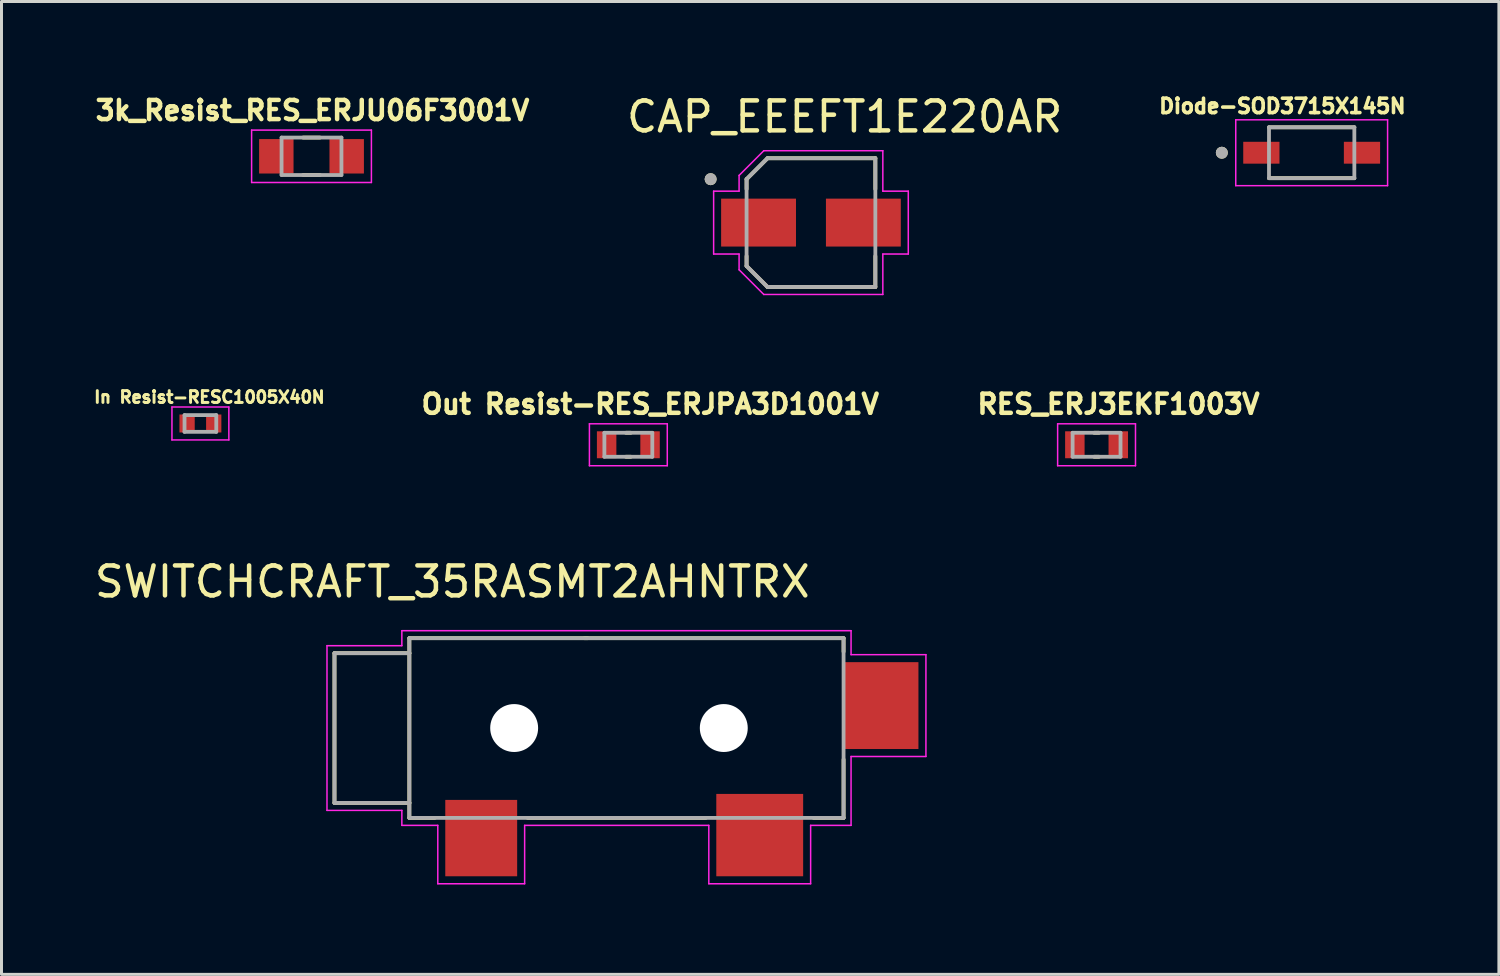
<source format=kicad_pcb>
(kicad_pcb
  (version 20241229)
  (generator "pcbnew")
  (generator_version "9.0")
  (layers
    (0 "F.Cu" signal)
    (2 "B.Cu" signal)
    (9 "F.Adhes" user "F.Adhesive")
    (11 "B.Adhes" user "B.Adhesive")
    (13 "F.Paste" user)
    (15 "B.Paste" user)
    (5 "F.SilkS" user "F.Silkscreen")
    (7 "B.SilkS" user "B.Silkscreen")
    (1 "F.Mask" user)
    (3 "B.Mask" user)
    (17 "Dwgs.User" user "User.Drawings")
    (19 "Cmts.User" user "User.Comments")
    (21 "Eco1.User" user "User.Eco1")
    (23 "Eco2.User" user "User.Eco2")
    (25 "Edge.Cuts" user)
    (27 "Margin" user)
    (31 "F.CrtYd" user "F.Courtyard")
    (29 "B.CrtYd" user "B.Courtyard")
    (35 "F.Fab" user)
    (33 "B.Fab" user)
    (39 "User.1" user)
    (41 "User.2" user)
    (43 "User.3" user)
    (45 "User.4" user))
  (footprint "SWITCHCRAFT_35RASMT2AHNTRX"
    (layer "F.Cu")
    (at 10.619 21.261)
    (property "Reference" "SWITCHCRAFT_35RASMT2AHNTRX" (at 1.435 -4.885 0) (layer "F.SilkS") (effects (font (size 1 1) (thickness 0.15))))
    (attr through_hole)
    (fp_circle (center 3.5 0) (end 4.027 0) (stroke (width 1.054) (type solid)) (fill no) (layer "F.Mask"))
    (fp_circle (center 10.5 0) (end 11.027 0) (stroke (width 1.054) (type solid)) (fill no) (layer "F.Mask"))
    (fp_circle (center 3.5 0) (end 4.027 0) (stroke (width 1.054) (type solid)) (fill no) (layer "B.Mask"))
    (fp_circle (center 10.5 0) (end 11.027 0) (stroke (width 1.054) (type solid)) (fill no) (layer "B.Mask"))
    (fp_line (start -2.5 -2.5) (end -2.5 2.5) (stroke (width 0.127) (type solid)) (layer "F.SilkS"))
    (fp_line (start -2.5 2.5) (end 0 2.5) (stroke (width 0.127) (type solid)) (layer "F.SilkS"))
    (fp_line (start 0 -3) (end 5.95 -3) (stroke (width 0.127) (type solid)) (layer "F.SilkS"))
    (fp_line (start 0 -2.5) (end -2.5 -2.5) (stroke (width 0.127) (type solid)) (layer "F.SilkS"))
    (fp_line (start 0 -2.5) (end 0 -3) (stroke (width 0.127) (type solid)) (layer "F.SilkS"))
    (fp_line (start 0 2.5) (end 0 -2.5) (stroke (width 0.127) (type solid)) (layer "F.SilkS"))
    (fp_line (start 0 3) (end 0 2.5) (stroke (width 0.127) (type solid)) (layer "F.SilkS"))
    (fp_line (start 0.85 3) (end 0 3) (stroke (width 0.127) (type solid)) (layer "F.SilkS"))
    (fp_line (start 5.85 -3) (end 14.5 -3) (stroke (width 0.127) (type solid)) (layer "F.SilkS"))
    (fp_line (start 9.9 3) (end 3.95 3) (stroke (width 0.127) (type solid)) (layer "F.SilkS"))
    (fp_line (start 14.5 -3) (end 14.5 -2.55) (stroke (width 0.127) (type solid)) (layer "F.SilkS"))
    (fp_line (start 14.5 1.05) (end 14.5 3) (stroke (width 0.127) (type solid)) (layer "F.SilkS"))
    (fp_line (start 14.5 3) (end 13.5 3) (stroke (width 0.127) (type solid)) (layer "F.SilkS"))
    (fp_line (start -2.75 -2.75) (end -0.25 -2.75) (stroke (width 0.05) (type solid)) (layer "F.CrtYd"))
    (fp_line (start -2.75 2.75) (end -2.75 -2.75) (stroke (width 0.05) (type solid)) (layer "F.CrtYd"))
    (fp_line (start -0.25 -3.25) (end 14.75 -3.25) (stroke (width 0.05) (type solid)) (layer "F.CrtYd"))
    (fp_line (start -0.25 -2.75) (end -0.25 -3.25) (stroke (width 0.05) (type solid)) (layer "F.CrtYd"))
    (fp_line (start -0.25 2.75) (end -2.75 2.75) (stroke (width 0.05) (type solid)) (layer "F.CrtYd"))
    (fp_line (start -0.25 3.25) (end -0.25 2.75) (stroke (width 0.05) (type solid)) (layer "F.CrtYd"))
    (fp_line (start 0.95 3.25) (end -0.25 3.25) (stroke (width 0.05) (type solid)) (layer "F.CrtYd"))
    (fp_line (start 0.95 5.2) (end 0.95 3.25) (stroke (width 0.05) (type solid)) (layer "F.CrtYd"))
    (fp_line (start 3.85 3.25) (end 3.85 5.2) (stroke (width 0.05) (type solid)) (layer "F.CrtYd"))
    (fp_line (start 3.85 5.2) (end 0.95 5.2) (stroke (width 0.05) (type solid)) (layer "F.CrtYd"))
    (fp_line (start 10 3.25) (end 3.85 3.25) (stroke (width 0.05) (type solid)) (layer "F.CrtYd"))
    (fp_line (start 10 5.2) (end 10 3.25) (stroke (width 0.05) (type solid)) (layer "F.CrtYd"))
    (fp_line (start 13.4 3.25) (end 13.4 5.2) (stroke (width 0.05) (type solid)) (layer "F.CrtYd"))
    (fp_line (start 13.4 5.2) (end 10 5.2) (stroke (width 0.05) (type solid)) (layer "F.CrtYd"))
    (fp_line (start 14.75 -3.25) (end 14.75 -2.45) (stroke (width 0.05) (type solid)) (layer "F.CrtYd"))
    (fp_line (start 14.75 -2.45) (end 17.25 -2.45) (stroke (width 0.05) (type solid)) (layer "F.CrtYd"))
    (fp_line (start 14.75 0.95) (end 14.75 3.25) (stroke (width 0.05) (type solid)) (layer "F.CrtYd"))
    (fp_line (start 14.75 3.25) (end 13.4 3.25) (stroke (width 0.05) (type solid)) (layer "F.CrtYd"))
    (fp_line (start 17.25 -2.45) (end 17.25 0.95) (stroke (width 0.05) (type solid)) (layer "F.CrtYd"))
    (fp_line (start 17.25 0.95) (end 14.75 0.95) (stroke (width 0.05) (type solid)) (layer "F.CrtYd"))
    (fp_line (start -2.5 -2.5) (end -2.5 2.5) (stroke (width 0.127) (type solid)) (layer "F.Fab"))
    (fp_line (start -2.5 2.5) (end 0 2.5) (stroke (width 0.127) (type solid)) (layer "F.Fab"))
    (fp_line (start 0 -3) (end 14.5 -3) (stroke (width 0.127) (type solid)) (layer "F.Fab"))
    (fp_line (start 0 -2.5) (end -2.5 -2.5) (stroke (width 0.127) (type solid)) (layer "F.Fab"))
    (fp_line (start 0 -2.5) (end 0 -3) (stroke (width 0.127) (type solid)) (layer "F.Fab"))
    (fp_line (start 0 2.5) (end 0 -2.5) (stroke (width 0.127) (type solid)) (layer "F.Fab"))
    (fp_line (start 0 3) (end 0 2.5) (stroke (width 0.127) (type solid)) (layer "F.Fab"))
    (fp_line (start 14.5 -3) (end 14.5 3) (stroke (width 0.127) (type solid)) (layer "F.Fab"))
    (fp_line (start 14.5 3) (end 0 3) (stroke (width 0.127) (type solid)) (layer "F.Fab"))
    (pad "" np_thru_hole circle (at 3.5 0) (size 1.6 1.6) (drill 1.6) (layers "*.Cu" "*.Mask"))
    (pad "" np_thru_hole circle (at 10.5 0) (size 1.6 1.6) (drill 1.6) (layers "*.Cu" "*.Mask"))
    (pad "3" smd rect (at 15.75 -0.75) (size 2.5 2.9) (layers "F.Cu" "F.Mask" "F.Paste"))
    (pad "4" smd rect (at 11.7 3.575) (size 2.9 2.75) (layers "F.Cu" "F.Mask" "F.Paste"))
    (pad "5" smd rect (at 2.4 3.675) (size 2.4 2.55) (layers "F.Cu" "F.Mask" "F.Paste")))
  (footprint "Out Resist-RES_ERJPA3D1001V"
    (layer "F.Cu")
    (at 17.932 11.802)
    (property "Reference" "Out Resist-RES_ERJPA3D1001V" (at 0.732 -1.356 0) (layer "F.SilkS") (effects (font (size 0.64 0.64) (thickness 0.15))))
    (attr through_hole)
    (fp_line (start -0.08 -0.4) (end 0.08 -0.4) (stroke (width 0.127) (type solid)) (layer "F.SilkS"))
    (fp_line (start -0.08 0.4) (end 0.08 0.4) (stroke (width 0.127) (type solid)) (layer "F.SilkS"))
    (fp_line (start -1.3 -0.7) (end -1.3 0.7) (stroke (width 0.05) (type solid)) (layer "F.CrtYd"))
    (fp_line (start -1.3 0.7) (end 1.3 0.7) (stroke (width 0.05) (type solid)) (layer "F.CrtYd"))
    (fp_line (start 1.3 -0.7) (end -1.3 -0.7) (stroke (width 0.05) (type solid)) (layer "F.CrtYd"))
    (fp_line (start 1.3 0.7) (end 1.3 -0.7) (stroke (width 0.05) (type solid)) (layer "F.CrtYd"))
    (fp_line (start -0.8 -0.4) (end -0.8 0.4) (stroke (width 0.127) (type solid)) (layer "F.Fab"))
    (fp_line (start -0.8 -0.4) (end 0.8 -0.4) (stroke (width 0.127) (type solid)) (layer "F.Fab"))
    (fp_line (start -0.8 0.4) (end 0.8 0.4) (stroke (width 0.127) (type solid)) (layer "F.Fab"))
    (fp_line (start 0.8 -0.4) (end 0.8 0.4) (stroke (width 0.127) (type solid)) (layer "F.Fab"))
    (pad "1" smd rect (at -0.725 0) (size 0.65 0.9) (layers "F.Cu" "F.Mask" "F.Paste"))
    (pad "2" smd rect (at 0.725 0) (size 0.65 0.9) (layers "F.Cu" "F.Mask" "F.Paste")))
  (footprint "3k_Resist_RES_ERJU06F3001V"
    (layer "F.Cu")
    (at 7.352 2.169)
    (property "Reference" "3k_Resist_RES_ERJU06F3001V" (at 0.032 -1.531 0) (layer "F.SilkS") (effects (font (size 0.64 0.64) (thickness 0.15))))
    (attr through_hole)
    (fp_line (start -0.28 -0.625) (end 0.28 -0.625) (stroke (width 0.127) (type solid)) (layer "F.SilkS"))
    (fp_line (start -0.28 0.625) (end 0.28 0.625) (stroke (width 0.127) (type solid)) (layer "F.SilkS"))
    (fp_line (start -2 -0.875) (end -2 0.875) (stroke (width 0.05) (type solid)) (layer "F.CrtYd"))
    (fp_line (start -2 0.875) (end 2 0.875) (stroke (width 0.05) (type solid)) (layer "F.CrtYd"))
    (fp_line (start 2 -0.875) (end -2 -0.875) (stroke (width 0.05) (type solid)) (layer "F.CrtYd"))
    (fp_line (start 2 0.875) (end 2 -0.875) (stroke (width 0.05) (type solid)) (layer "F.CrtYd"))
    (fp_line (start -1 -0.625) (end -1 0.625) (stroke (width 0.127) (type solid)) (layer "F.Fab"))
    (fp_line (start -1 -0.625) (end 1 -0.625) (stroke (width 0.127) (type solid)) (layer "F.Fab"))
    (fp_line (start -1 0.625) (end 1 0.625) (stroke (width 0.127) (type solid)) (layer "F.Fab"))
    (fp_line (start 1 -0.625) (end 1 0.625) (stroke (width 0.127) (type solid)) (layer "F.Fab"))
    (pad "1" smd rect (at -1.175 0) (size 1.15 1.15) (layers "F.Cu" "F.Mask" "F.Paste"))
    (pad "2" smd rect (at 1.175 0) (size 1.15 1.15) (layers "F.Cu" "F.Mask" "F.Paste")))
  (footprint "In Resist-RESC1005X40N"
    (layer "F.Cu")
    (at 3.642 11.091)
    (property "Reference" "In Resist-RESC1005X40N" (at 0.3 -0.88 0) (layer "F.SilkS") (effects (font (size 0.394 0.394) (thickness 0.15))))
    (attr through_hole)
    (fp_line (start -0.95 -0.55) (end 0.95 -0.55) (stroke (width 0.05) (type solid)) (layer "F.CrtYd"))
    (fp_line (start -0.95 0.55) (end -0.95 -0.55) (stroke (width 0.05) (type solid)) (layer "F.CrtYd"))
    (fp_line (start -0.95 0.55) (end 0.95 0.55) (stroke (width 0.05) (type solid)) (layer "F.CrtYd"))
    (fp_line (start 0.95 0.55) (end 0.95 -0.55) (stroke (width 0.05) (type solid)) (layer "F.CrtYd"))
    (fp_line (start -0.53 0.28) (end -0.53 -0.28) (stroke (width 0.127) (type solid)) (layer "F.Fab"))
    (fp_line (start 0.53 -0.28) (end -0.53 -0.28) (stroke (width 0.127) (type solid)) (layer "F.Fab"))
    (fp_line (start 0.53 0.28) (end -0.53 0.28) (stroke (width 0.127) (type solid)) (layer "F.Fab"))
    (fp_line (start 0.53 0.28) (end 0.53 -0.28) (stroke (width 0.127) (type solid)) (layer "F.Fab"))
    (pad "1" smd rect (at -0.445 0) (size 0.51 0.6) (layers "F.Cu" "F.Mask" "F.Paste"))
    (pad "2" smd rect (at 0.445 0) (size 0.51 0.6) (layers "F.Cu" "F.Mask" "F.Paste")))
  (footprint "Diode-SOD3715X145N"
    (layer "F.Cu")
    (at 40.75 2.05)
    (property "Reference" "Diode-SOD3715X145N" (at -0.978 -1.557 0) (layer "F.SilkS") (effects (font (size 0.481 0.481) (thickness 0.15))))
    (attr through_hole)
    (fp_line (start -1.425 -0.85) (end 1.425 -0.85) (stroke (width 0.127) (type solid)) (layer "F.SilkS"))
    (fp_line (start 1.425 0.85) (end -1.425 0.85) (stroke (width 0.127) (type solid)) (layer "F.SilkS"))
    (fp_circle (center -3 0) (end -2.9 0) (stroke (width 0.2) (type solid)) (fill no) (layer "F.SilkS"))
    (fp_line (start -2.535 -1.1) (end 2.535 -1.1) (stroke (width 0.05) (type solid)) (layer "F.CrtYd"))
    (fp_line (start -2.535 1.1) (end -2.535 -1.1) (stroke (width 0.05) (type solid)) (layer "F.CrtYd"))
    (fp_line (start 2.535 -1.1) (end 2.535 1.1) (stroke (width 0.05) (type solid)) (layer "F.CrtYd"))
    (fp_line (start 2.535 1.1) (end -2.535 1.1) (stroke (width 0.05) (type solid)) (layer "F.CrtYd"))
    (fp_line (start -1.425 -0.85) (end 1.425 -0.85) (stroke (width 0.127) (type solid)) (layer "F.Fab"))
    (fp_line (start -1.425 0.85) (end -1.425 -0.85) (stroke (width 0.127) (type solid)) (layer "F.Fab"))
    (fp_line (start 1.425 -0.85) (end 1.425 0.85) (stroke (width 0.127) (type solid)) (layer "F.Fab"))
    (fp_line (start 1.425 0.85) (end -1.425 0.85) (stroke (width 0.127) (type solid)) (layer "F.Fab"))
    (fp_circle (center -3 0) (end -2.9 0) (stroke (width 0.2) (type solid)) (fill no) (layer "F.Fab"))
    (pad "A" smd rect (at 1.68 0) (size 1.21 0.73) (layers "F.Cu" "F.Mask" "F.Paste"))
    (pad "C" smd rect (at -1.68 0) (size 1.21 0.73) (layers "F.Cu" "F.Mask" "F.Paste")))
  (footprint "RES_ERJ3EKF1003V"
    (layer "F.Cu")
    (at 33.567 11.802)
    (property "Reference" "RES_ERJ3EKF1003V" (at 0.732 -1.356 0) (layer "F.SilkS") (effects (font (size 0.64 0.64) (thickness 0.15))))
    (attr through_hole)
    (fp_line (start -0.08 -0.4) (end 0.08 -0.4) (stroke (width 0.127) (type solid)) (layer "F.SilkS"))
    (fp_line (start -0.08 0.4) (end 0.08 0.4) (stroke (width 0.127) (type solid)) (layer "F.SilkS"))
    (fp_line (start -1.3 -0.7) (end -1.3 0.7) (stroke (width 0.05) (type solid)) (layer "F.CrtYd"))
    (fp_line (start -1.3 0.7) (end 1.3 0.7) (stroke (width 0.05) (type solid)) (layer "F.CrtYd"))
    (fp_line (start 1.3 -0.7) (end -1.3 -0.7) (stroke (width 0.05) (type solid)) (layer "F.CrtYd"))
    (fp_line (start 1.3 0.7) (end 1.3 -0.7) (stroke (width 0.05) (type solid)) (layer "F.CrtYd"))
    (fp_line (start -0.8 -0.4) (end -0.8 0.4) (stroke (width 0.127) (type solid)) (layer "F.Fab"))
    (fp_line (start -0.8 -0.4) (end 0.8 -0.4) (stroke (width 0.127) (type solid)) (layer "F.Fab"))
    (fp_line (start -0.8 0.4) (end 0.8 0.4) (stroke (width 0.127) (type solid)) (layer "F.Fab"))
    (fp_line (start 0.8 -0.4) (end 0.8 0.4) (stroke (width 0.127) (type solid)) (layer "F.Fab"))
    (pad "1" smd rect (at -0.725 0) (size 0.65 0.9) (layers "F.Cu" "F.Mask" "F.Paste"))
    (pad "2" smd rect (at 0.725 0) (size 0.65 0.9) (layers "F.Cu" "F.Mask" "F.Paste")))
  (footprint "CAP_EEEFT1E220AR"
    (layer "F.Cu")
    (at 24.03 4.383)
    (property "Reference" "CAP_EEEFT1E220AR" (at 1.125 -3.535 0) (layer "F.SilkS") (effects (font (size 1 1) (thickness 0.15))))
    (attr through_hole)
    (fp_line (start -2.15 -1.45) (end -2.15 -1.12) (stroke (width 0.127) (type solid)) (layer "F.SilkS"))
    (fp_line (start -2.15 1.12) (end -2.15 1.45) (stroke (width 0.127) (type solid)) (layer "F.SilkS"))
    (fp_line (start -2.15 1.45) (end -1.45 2.15) (stroke (width 0.127) (type solid)) (layer "F.SilkS"))
    (fp_line (start -1.45 -2.15) (end -2.15 -1.45) (stroke (width 0.127) (type solid)) (layer "F.SilkS"))
    (fp_line (start -1.45 2.15) (end 2.15 2.15) (stroke (width 0.127) (type solid)) (layer "F.SilkS"))
    (fp_line (start 2.15 -2.15) (end -1.45 -2.15) (stroke (width 0.127) (type solid)) (layer "F.SilkS"))
    (fp_line (start 2.15 -1.12) (end 2.15 -2.15) (stroke (width 0.127) (type solid)) (layer "F.SilkS"))
    (fp_line (start 2.15 2.15) (end 2.15 1.12) (stroke (width 0.127) (type solid)) (layer "F.SilkS"))
    (fp_circle (center -3.35 -1.45) (end -3.25 -1.45) (stroke (width 0.2) (type solid)) (fill no) (layer "F.SilkS"))
    (fp_line (start -3.25 -1.05) (end -2.4 -1.05) (stroke (width 0.05) (type solid)) (layer "F.CrtYd"))
    (fp_line (start -3.25 1.05) (end -3.25 -1.05) (stroke (width 0.05) (type solid)) (layer "F.CrtYd"))
    (fp_line (start -2.4 -1.575) (end -1.575 -2.4) (stroke (width 0.05) (type solid)) (layer "F.CrtYd"))
    (fp_line (start -2.4 -1.05) (end -2.4 -1.575) (stroke (width 0.05) (type solid)) (layer "F.CrtYd"))
    (fp_line (start -2.4 1.05) (end -3.25 1.05) (stroke (width 0.05) (type solid)) (layer "F.CrtYd"))
    (fp_line (start -2.4 1.575) (end -2.4 1.05) (stroke (width 0.05) (type solid)) (layer "F.CrtYd"))
    (fp_line (start -1.575 -2.4) (end 2.4 -2.4) (stroke (width 0.05) (type solid)) (layer "F.CrtYd"))
    (fp_line (start -1.575 2.4) (end -2.4 1.575) (stroke (width 0.05) (type solid)) (layer "F.CrtYd"))
    (fp_line (start 2.4 -2.4) (end 2.4 -1.05) (stroke (width 0.05) (type solid)) (layer "F.CrtYd"))
    (fp_line (start 2.4 -1.05) (end 3.25 -1.05) (stroke (width 0.05) (type solid)) (layer "F.CrtYd"))
    (fp_line (start 2.4 1.05) (end 2.4 2.4) (stroke (width 0.05) (type solid)) (layer "F.CrtYd"))
    (fp_line (start 2.4 2.4) (end -1.575 2.4) (stroke (width 0.05) (type solid)) (layer "F.CrtYd"))
    (fp_line (start 3.25 -1.05) (end 3.25 1.05) (stroke (width 0.05) (type solid)) (layer "F.CrtYd"))
    (fp_line (start 3.25 1.05) (end 2.4 1.05) (stroke (width 0.05) (type solid)) (layer "F.CrtYd"))
    (fp_line (start -2.15 -1.45) (end -2.15 1.45) (stroke (width 0.127) (type solid)) (layer "F.Fab"))
    (fp_line (start -2.15 1.45) (end -1.45 2.15) (stroke (width 0.127) (type solid)) (layer "F.Fab"))
    (fp_line (start -1.45 -2.15) (end -2.15 -1.45) (stroke (width 0.127) (type solid)) (layer "F.Fab"))
    (fp_line (start -1.45 2.15) (end 2.15 2.15) (stroke (width 0.127) (type solid)) (layer "F.Fab"))
    (fp_line (start 2.15 -2.15) (end -1.45 -2.15) (stroke (width 0.127) (type solid)) (layer "F.Fab"))
    (fp_line (start 2.15 2.15) (end 2.15 -2.15) (stroke (width 0.127) (type solid)) (layer "F.Fab"))
    (fp_circle (center -3.35 -1.45) (end -3.25 -1.45) (stroke (width 0.2) (type solid)) (fill no) (layer "F.Fab"))
    (pad "1" smd rect (at -1.75 0) (size 2.5 1.6) (layers "F.Cu" "F.Mask" "F.Paste"))
    (pad "2" smd rect (at 1.75 0) (size 2.5 1.6) (layers "F.Cu" "F.Mask" "F.Paste")))
  (gr_rect
    (start -3 -3)
    (end 47.002 29.486)
    (stroke (width 0.1) (type default))
    (fill no)
    (layer "Edge.Cuts")))
</source>
